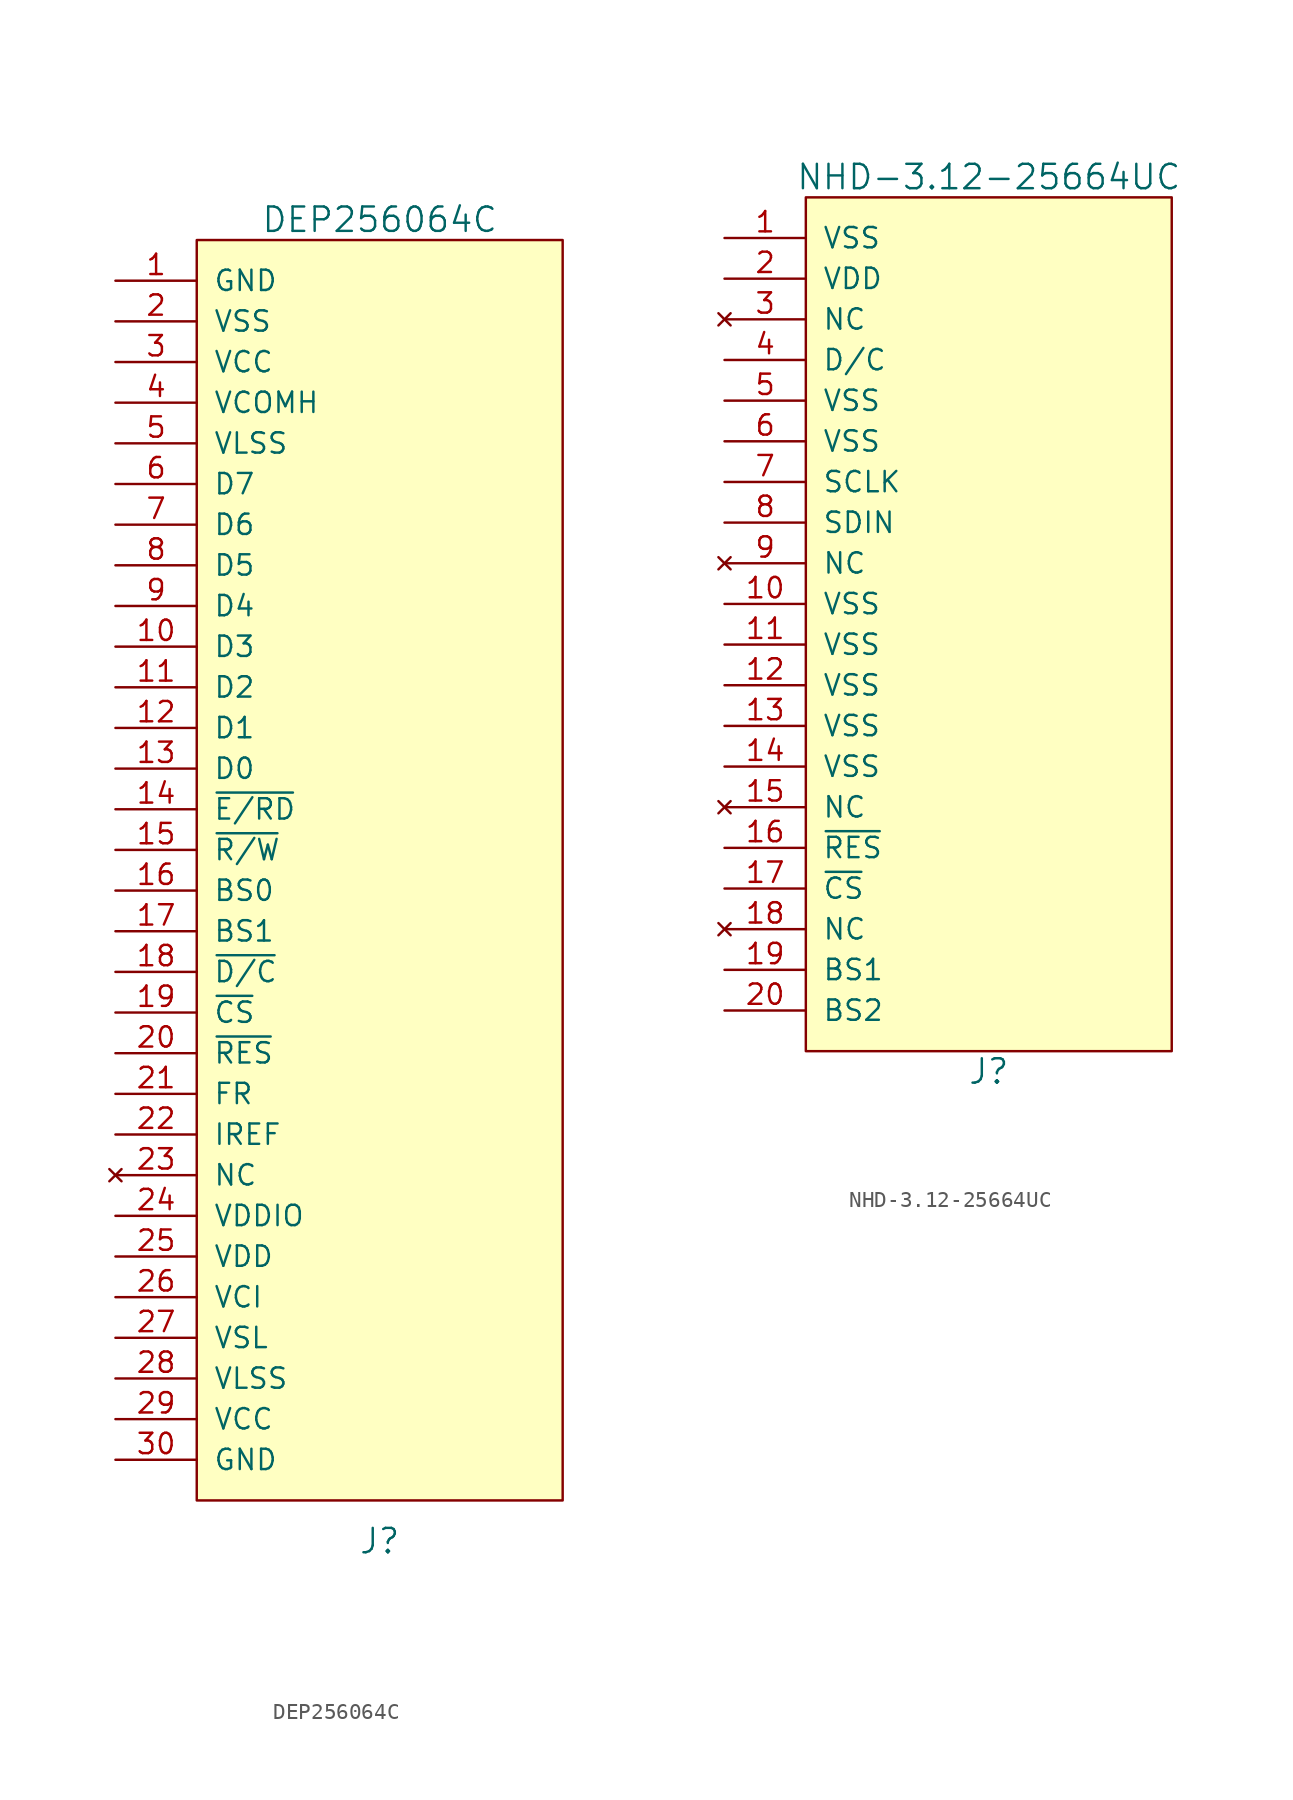
<source format=kicad_sym>
(kicad_symbol_lib
  (version 20220914)
  (generator kicad_symbol_editor)
  (symbol "DEP256064C"
    (pin_names
      (offset 1.016))
    (property "Reference" "J"
      (at 16.51 -78.74 0)
      (effects (font (size 1.524 1.524))))
    (property "Value" "DEP256064C"
      (at 16.51 3.81 0)
      (effects (font (size 1.524 1.524))))
    (symbol "DEP256064C_0_0"
      (pin output line (at 0 -50.8 0) (length 5.08) (name "FR" (effects (font (size 1.27 1.27)))) (number "21" (effects (font (size 1.27 1.27)))))
      (pin input line (at 0 -53.34 0) (length 5.08) (name "IREF" (effects (font (size 1.27 1.27)))) (number "22" (effects (font (size 1.27 1.27)))))
      (pin no_connect line (at 0 -55.88 0) (length 5.08) (name "NC" (effects (font (size 1.27 1.27)))) (number "23" (effects (font (size 1.27 1.27)))))
      (pin power_in line (at 0 -58.42 0) (length 5.08) (name "VDDIO" (effects (font (size 1.27 1.27)))) (number "24" (effects (font (size 1.27 1.27)))))
      (pin power_in line (at 0 -60.96 0) (length 5.08) (name "VDD" (effects (font (size 1.27 1.27)))) (number "25" (effects (font (size 1.27 1.27)))))
      (pin power_in line (at 0 -63.5 0) (length 5.08) (name "VCI" (effects (font (size 1.27 1.27)))) (number "26" (effects (font (size 1.27 1.27)))))
      (pin power_in line (at 0 -66.04 0) (length 5.08) (name "VSL" (effects (font (size 1.27 1.27)))) (number "27" (effects (font (size 1.27 1.27)))))
      (pin power_in line (at 0 -68.58 0) (length 5.08) (name "VLSS" (effects (font (size 1.27 1.27)))) (number "28" (effects (font (size 1.27 1.27)))))
      (pin power_in line (at 0 -71.12 0) (length 5.08) (name "VCC" (effects (font (size 1.27 1.27)))) (number "29" (effects (font (size 1.27 1.27)))))
      (pin passive line (at 0 -73.66 0) (length 5.08) (name "GND" (effects (font (size 1.27 1.27)))) (number "30" (effects (font (size 1.27 1.27))))))
    (symbol "DEP256064C_0_1"
      (rectangle (start 5.08 2.54) (end 27.94 -76.2) (stroke (width 0) (type solid)) (fill (type background))))
    (symbol "DEP256064C_1_1"
      (pin passive line (at 0 0 0) (length 5.08) (name "GND" (effects (font (size 1.27 1.27)))) (number "1" (effects (font (size 1.27 1.27)))))
      (pin bidirectional line (at 0 -22.86 0) (length 5.08) (name "D3" (effects (font (size 1.27 1.27)))) (number "10" (effects (font (size 1.27 1.27)))))
      (pin bidirectional line (at 0 -25.4 0) (length 5.08) (name "D2" (effects (font (size 1.27 1.27)))) (number "11" (effects (font (size 1.27 1.27)))))
      (pin bidirectional line (at 0 -27.94 0) (length 5.08) (name "D1" (effects (font (size 1.27 1.27)))) (number "12" (effects (font (size 1.27 1.27)))))
      (pin bidirectional line (at 0 -30.48 0) (length 5.08) (name "D0" (effects (font (size 1.27 1.27)))) (number "13" (effects (font (size 1.27 1.27)))))
      (pin input line (at 0 -33.02 0) (length 5.08) (name "~{E/RD}" (effects (font (size 1.27 1.27)))) (number "14" (effects (font (size 1.27 1.27)))))
      (pin input line (at 0 -35.56 0) (length 5.08) (name "~{R/W}" (effects (font (size 1.27 1.27)))) (number "15" (effects (font (size 1.27 1.27)))))
      (pin input line (at 0 -38.1 0) (length 5.08) (name "BS0" (effects (font (size 1.27 1.27)))) (number "16" (effects (font (size 1.27 1.27)))))
      (pin input line (at 0 -40.64 0) (length 5.08) (name "BS1" (effects (font (size 1.27 1.27)))) (number "17" (effects (font (size 1.27 1.27)))))
      (pin input line (at 0 -43.18 0) (length 5.08) (name "~{D/C}" (effects (font (size 1.27 1.27)))) (number "18" (effects (font (size 1.27 1.27)))))
      (pin input line (at 0 -45.72 0) (length 5.08) (name "~{CS}" (effects (font (size 1.27 1.27)))) (number "19" (effects (font (size 1.27 1.27)))))
      (pin power_in line (at 0 -2.54 0) (length 5.08) (name "VSS" (effects (font (size 1.27 1.27)))) (number "2" (effects (font (size 1.27 1.27)))))
      (pin input line (at 0 -48.26 0) (length 5.08) (name "~{RES}" (effects (font (size 1.27 1.27)))) (number "20" (effects (font (size 1.27 1.27)))))
      (pin power_in line (at 0 -5.08 0) (length 5.08) (name "VCC" (effects (font (size 1.27 1.27)))) (number "3" (effects (font (size 1.27 1.27)))))
      (pin power_in line (at 0 -7.62 0) (length 5.08) (name "VCOMH" (effects (font (size 1.27 1.27)))) (number "4" (effects (font (size 1.27 1.27)))))
      (pin power_in line (at 0 -10.16 0) (length 5.08) (name "VLSS" (effects (font (size 1.27 1.27)))) (number "5" (effects (font (size 1.27 1.27)))))
      (pin bidirectional line (at 0 -12.7 0) (length 5.08) (name "D7" (effects (font (size 1.27 1.27)))) (number "6" (effects (font (size 1.27 1.27)))))
      (pin bidirectional line (at 0 -15.24 0) (length 5.08) (name "D6" (effects (font (size 1.27 1.27)))) (number "7" (effects (font (size 1.27 1.27)))))
      (pin bidirectional line (at 0 -17.78 0) (length 5.08) (name "D5" (effects (font (size 1.27 1.27)))) (number "8" (effects (font (size 1.27 1.27)))))
      (pin bidirectional line (at 0 -20.32 0) (length 5.08) (name "D4" (effects (font (size 1.27 1.27)))) (number "9" (effects (font (size 1.27 1.27)))))))
  (symbol "NHD-3.12-25664UC"
    (pin_names
      (offset 1.016))
    (property "Reference" "J"
      (at 16.51 -52.07 0)
      (effects (font (size 1.524 1.524))))
    (property "Value" "NHD-3.12-25664UC"
      (at 16.51 3.81 0)
      (effects (font (size 1.524 1.524))))
    (symbol "NHD-3.12-25664UC_0_1"
      (rectangle (start 5.08 2.54) (end 27.94 -50.8) (stroke (width 0) (type solid)) (fill (type background))))
    (symbol "NHD-3.12-25664UC_1_1"
      (pin power_in line (at 0 0 0) (length 5.08) (name "VSS" (effects (font (size 1.27 1.27)))) (number "1" (effects (font (size 1.27 1.27)))))
      (pin power_in line (at 0 -22.86 0) (length 5.08) (name "VSS" (effects (font (size 1.27 1.27)))) (number "10" (effects (font (size 1.27 1.27)))))
      (pin power_in line (at 0 -25.4 0) (length 5.08) (name "VSS" (effects (font (size 1.27 1.27)))) (number "11" (effects (font (size 1.27 1.27)))))
      (pin power_in line (at 0 -27.94 0) (length 5.08) (name "VSS" (effects (font (size 1.27 1.27)))) (number "12" (effects (font (size 1.27 1.27)))))
      (pin power_in line (at 0 -30.48 0) (length 5.08) (name "VSS" (effects (font (size 1.27 1.27)))) (number "13" (effects (font (size 1.27 1.27)))))
      (pin power_in line (at 0 -33.02 0) (length 5.08) (name "VSS" (effects (font (size 1.27 1.27)))) (number "14" (effects (font (size 1.27 1.27)))))
      (pin no_connect line (at 0 -35.56 0) (length 5.08) (name "NC" (effects (font (size 1.27 1.27)))) (number "15" (effects (font (size 1.27 1.27)))))
      (pin input line (at 0 -38.1 0) (length 5.08) (name "~{RES}" (effects (font (size 1.27 1.27)))) (number "16" (effects (font (size 1.27 1.27)))))
      (pin input line (at 0 -40.64 0) (length 5.08) (name "~{CS}" (effects (font (size 1.27 1.27)))) (number "17" (effects (font (size 1.27 1.27)))))
      (pin no_connect line (at 0 -43.18 0) (length 5.08) (name "NC" (effects (font (size 1.27 1.27)))) (number "18" (effects (font (size 1.27 1.27)))))
      (pin input line (at 0 -45.72 0) (length 5.08) (name "BS1" (effects (font (size 1.27 1.27)))) (number "19" (effects (font (size 1.27 1.27)))))
      (pin power_in line (at 0 -2.54 0) (length 5.08) (name "VDD" (effects (font (size 1.27 1.27)))) (number "2" (effects (font (size 1.27 1.27)))))
      (pin input line (at 0 -48.26 0) (length 5.08) (name "BS2" (effects (font (size 1.27 1.27)))) (number "20" (effects (font (size 1.27 1.27)))))
      (pin no_connect line (at 0 -5.08 0) (length 5.08) (name "NC" (effects (font (size 1.27 1.27)))) (number "3" (effects (font (size 1.27 1.27)))))
      (pin input line (at 0 -7.62 0) (length 5.08) (name "D/C" (effects (font (size 1.27 1.27)))) (number "4" (effects (font (size 1.27 1.27)))))
      (pin power_in line (at 0 -10.16 0) (length 5.08) (name "VSS" (effects (font (size 1.27 1.27)))) (number "5" (effects (font (size 1.27 1.27)))))
      (pin power_in line (at 0 -12.7 0) (length 5.08) (name "VSS" (effects (font (size 1.27 1.27)))) (number "6" (effects (font (size 1.27 1.27)))))
      (pin input line (at 0 -15.24 0) (length 5.08) (name "SCLK" (effects (font (size 1.27 1.27)))) (number "7" (effects (font (size 1.27 1.27)))))
      (pin input line (at 0 -17.78 0) (length 5.08) (name "SDIN" (effects (font (size 1.27 1.27)))) (number "8" (effects (font (size 1.27 1.27)))))
      (pin no_connect line (at 0 -20.32 0) (length 5.08) (name "NC" (effects (font (size 1.27 1.27)))) (number "9" (effects (font (size 1.27 1.27))))))))
</source>
